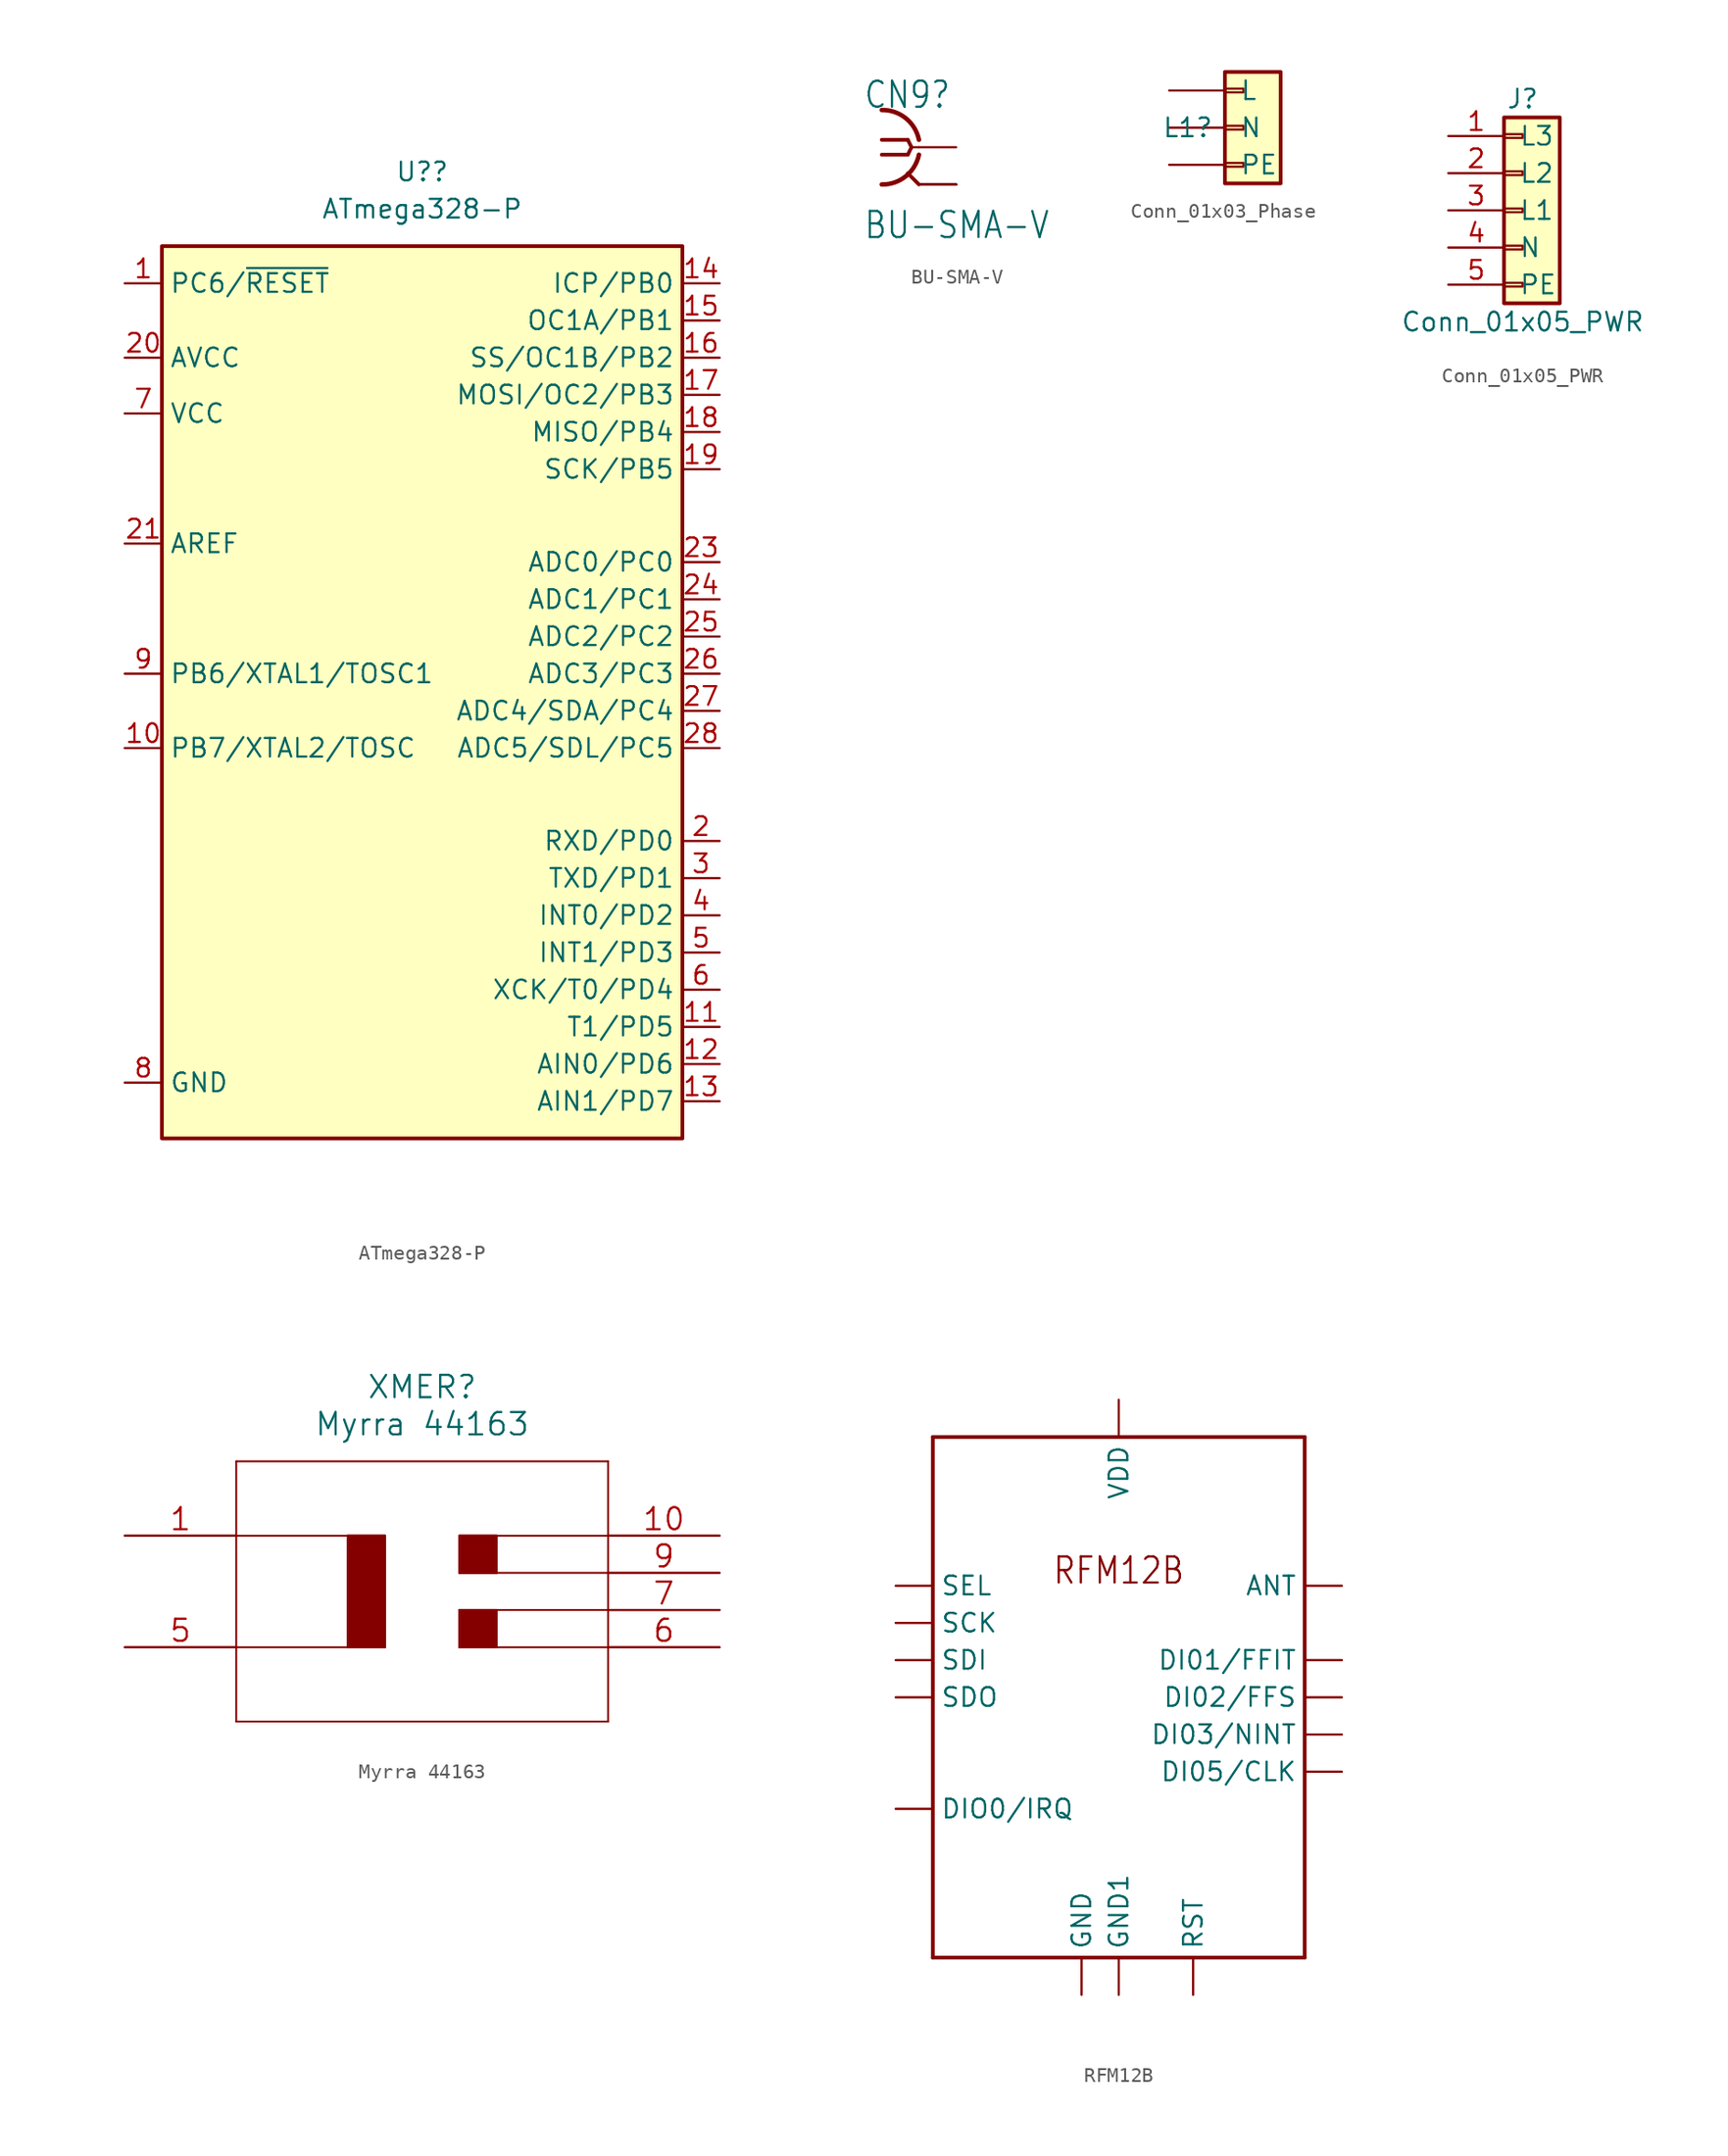
<source format=kicad_sym>
(kicad_symbol_lib
  (version 20231120)
  (generator "kicad_symbol_editor")
  (generator_version "8.0")
  (symbol "ATmega328-P"
    (property "Reference" "U?"
      (at 0 35.56 0)
      (effects (font (size 1.27 1.27))))
    (property "Value" "ATmega328-P"
      (at 0 33.02 0)
      (effects (font (size 1.27 1.27))))
    (symbol "ATmega328-P_0_1"
      (rectangle (start -17.78 30.48) (end 17.78 -30.48) (stroke (width 0.254) (type default)) (fill (type background))))
    (symbol "ATmega328-P_1_1"
      (pin bidirectional line (at -20.32 27.94 0) (length 2.54) (name "PC6/~{RESET}" (effects (font (size 1.27 1.27)))) (number "1" (effects (font (size 1.27 1.27)))))
      (pin bidirectional line (at -20.32 -3.81 0) (length 2.54) (name "PB7/XTAL2/TOSC" (effects (font (size 1.27 1.27)))) (number "10" (effects (font (size 1.27 1.27)))))
      (pin bidirectional line (at 20.32 -22.86 180) (length 2.54) (name "T1/PD5" (effects (font (size 1.27 1.27)))) (number "11" (effects (font (size 1.27 1.27)))))
      (pin bidirectional line (at 20.32 -25.4 180) (length 2.54) (name "AIN0/PD6" (effects (font (size 1.27 1.27)))) (number "12" (effects (font (size 1.27 1.27)))))
      (pin bidirectional line (at 20.32 -27.94 180) (length 2.54) (name "AIN1/PD7" (effects (font (size 1.27 1.27)))) (number "13" (effects (font (size 1.27 1.27)))))
      (pin bidirectional line (at 20.32 27.94 180) (length 2.54) (name "ICP/PB0" (effects (font (size 1.27 1.27)))) (number "14" (effects (font (size 1.27 1.27)))))
      (pin bidirectional line (at 20.32 25.4 180) (length 2.54) (name "OC1A/PB1" (effects (font (size 1.27 1.27)))) (number "15" (effects (font (size 1.27 1.27)))))
      (pin bidirectional line (at 20.32 22.86 180) (length 2.54) (name "SS/OC1B/PB2" (effects (font (size 1.27 1.27)))) (number "16" (effects (font (size 1.27 1.27)))))
      (pin bidirectional line (at 20.32 20.32 180) (length 2.54) (name "MOSI/OC2/PB3" (effects (font (size 1.27 1.27)))) (number "17" (effects (font (size 1.27 1.27)))))
      (pin bidirectional line (at 20.32 17.78 180) (length 2.54) (name "MISO/PB4" (effects (font (size 1.27 1.27)))) (number "18" (effects (font (size 1.27 1.27)))))
      (pin bidirectional line (at 20.32 15.24 180) (length 2.54) (name "SCK/PB5" (effects (font (size 1.27 1.27)))) (number "19" (effects (font (size 1.27 1.27)))))
      (pin bidirectional line (at 20.32 -10.16 180) (length 2.54) (name "RXD/PD0" (effects (font (size 1.27 1.27)))) (number "2" (effects (font (size 1.27 1.27)))))
      (pin power_in line (at -20.32 22.86 0) (length 2.54) (name "AVCC" (effects (font (size 1.27 1.27)))) (number "20" (effects (font (size 1.27 1.27)))))
      (pin passive line (at -20.32 10.16 0) (length 2.54) (name "AREF" (effects (font (size 1.27 1.27)))) (number "21" (effects (font (size 1.27 1.27)))))
      (pin passive line (at -20.32 -26.67 0) (length 2.54) hide (name "GND" (effects (font (size 1.27 1.27)))) (number "22" (effects (font (size 1.27 1.27)))))
      (pin bidirectional line (at 20.32 8.89 180) (length 2.54) (name "ADC0/PC0" (effects (font (size 1.27 1.27)))) (number "23" (effects (font (size 1.27 1.27)))))
      (pin bidirectional line (at 20.32 6.35 180) (length 2.54) (name "ADC1/PC1" (effects (font (size 1.27 1.27)))) (number "24" (effects (font (size 1.27 1.27)))))
      (pin bidirectional line (at 20.32 3.81 180) (length 2.54) (name "ADC2/PC2" (effects (font (size 1.27 1.27)))) (number "25" (effects (font (size 1.27 1.27)))))
      (pin bidirectional line (at 20.32 1.27 180) (length 2.54) (name "ADC3/PC3" (effects (font (size 1.27 1.27)))) (number "26" (effects (font (size 1.27 1.27)))))
      (pin bidirectional line (at 20.32 -1.27 180) (length 2.54) (name "ADC4/SDA/PC4" (effects (font (size 1.27 1.27)))) (number "27" (effects (font (size 1.27 1.27)))))
      (pin bidirectional line (at 20.32 -3.81 180) (length 2.54) (name "ADC5/SDL/PC5" (effects (font (size 1.27 1.27)))) (number "28" (effects (font (size 1.27 1.27)))))
      (pin bidirectional line (at 20.32 -12.7 180) (length 2.54) (name "TXD/PD1" (effects (font (size 1.27 1.27)))) (number "3" (effects (font (size 1.27 1.27)))))
      (pin bidirectional line (at 20.32 -15.24 180) (length 2.54) (name "INT0/PD2" (effects (font (size 1.27 1.27)))) (number "4" (effects (font (size 1.27 1.27)))))
      (pin bidirectional line (at 20.32 -17.78 180) (length 2.54) (name "INT1/PD3" (effects (font (size 1.27 1.27)))) (number "5" (effects (font (size 1.27 1.27)))))
      (pin bidirectional line (at 20.32 -20.32 180) (length 2.54) (name "XCK/T0/PD4" (effects (font (size 1.27 1.27)))) (number "6" (effects (font (size 1.27 1.27)))))
      (pin power_in line (at -20.32 19.05 0) (length 2.54) (name "VCC" (effects (font (size 1.27 1.27)))) (number "7" (effects (font (size 1.27 1.27)))))
      (pin power_in line (at -20.32 -26.67 0) (length 2.54) (name "GND" (effects (font (size 1.27 1.27)))) (number "8" (effects (font (size 1.27 1.27)))))
      (pin bidirectional line (at -20.32 1.27 0) (length 2.54) (name "PB6/XTAL1/TOSC1" (effects (font (size 1.27 1.27)))) (number "9" (effects (font (size 1.27 1.27)))))))
  (symbol "BU-SMA-V"
    (property "Reference" "CN9"
      (at -3.81 2.54 0)
      (effects (font (size 1.778 1.511)) (justify left bottom)))
    (property "Value" "BU-SMA-V"
      (at -3.81 -6.35 0)
      (effects (font (size 1.778 1.511)) (justify left bottom)))
    (property "ki_locked" ""
      (at 0 0 0)
      (effects (font (size 1.27 1.27))))
    (symbol "BU-SMA-V_1_0"
      (arc (start -2.54 -2.54) (mid -0.9022 -1.9838) (end 0 -0.508) (stroke (width 0.3048) (type default)) (fill (type none)))
      (polyline (pts (xy -2.54 0.508) (xy -0.762 0.508)) (stroke (width 0.254) (type default)) (fill (type none)))
      (polyline (pts (xy -0.762 -0.508) (xy -2.54 -0.508)) (stroke (width 0.254) (type default)) (fill (type none)))
      (polyline (pts (xy -0.762 0.508) (xy -0.508 0)) (stroke (width 0.254) (type default)) (fill (type none)))
      (polyline (pts (xy -0.508 0) (xy -0.762 -0.508)) (stroke (width 0.254) (type default)) (fill (type none)))
      (polyline (pts (xy 0 -2.54) (xy -0.762 -1.778)) (stroke (width 0.254) (type default)) (fill (type none)))
      (polyline (pts (xy 0 0) (xy -0.508 0)) (stroke (width 0.152) (type default)) (fill (type none)))
      (arc (start 0 0.508) (mid -0.9022 1.9838) (end -2.54 2.54) (stroke (width 0.3048) (type default)) (fill (type none)))
      (pin passive line (at 2.54 0 180) (length 2.54) (name "1" (effects (font (size 0 0)))) (number "1" (effects (font (size 0 0)))))
      (pin passive line (at 2.54 -2.54 180) (length 2.54) (name "2" (effects (font (size 0 0)))) (number "2" (effects (font (size 0 0)))))
      (pin passive line (at 2.54 -2.54 180) (length 2.54) (name "2" (effects (font (size 0 0)))) (number "3" (effects (font (size 0 0)))))
      (pin passive line (at 2.54 -2.54 180) (length 2.54) (name "2" (effects (font (size 0 0)))) (number "4" (effects (font (size 0 0)))))
      (pin passive line (at 2.54 -2.54 180) (length 2.54) (name "2" (effects (font (size 0 0)))) (number "5" (effects (font (size 0 0)))))))
  (symbol "Conn_01x03_Phase"
    (pin_numbers hide)
    (pin_names
      (offset 1.016))
    (property "Reference" "L1"
      (at -3.81 0 0)
      (effects (font (size 1.27 1.27))))
    (symbol "Conn_01x03_Phase_1_1"
      (rectangle (start -1.27 -2.413) (end 0 -2.667) (stroke (width 0.152) (type default)) (fill (type none)))
      (rectangle (start -1.27 0.127) (end 0 -0.127) (stroke (width 0.152) (type default)) (fill (type none)))
      (rectangle (start -1.27 2.667) (end 0 2.413) (stroke (width 0.152) (type default)) (fill (type none)))
      (rectangle (start -1.27 3.81) (end 2.54 -3.81) (stroke (width 0.254) (type default)) (fill (type background)))
      (pin passive line (at -5.08 -2.54 0) (length 3.81) (name "PE" (effects (font (size 1.27 1.27)))) (number "1" (effects (font (size 1.27 1.27)))))
      (pin power_out line (at -5.08 0 0) (length 3.81) (name "N" (effects (font (size 1.27 1.27)))) (number "2" (effects (font (size 1.27 1.27)))))
      (pin power_out line (at -5.08 2.54 0) (length 3.81) (name "L" (effects (font (size 1.27 1.27)))) (number "3" (effects (font (size 1.27 1.27)))))))
  (symbol "Conn_01x05_PWR"
    (pin_names
      (offset 1.016))
    (property "Reference" "J"
      (at 0 7.62 0)
      (effects (font (size 1.27 1.27))))
    (property "Value" "Conn_01x05_PWR"
      (at 0 -7.62 0)
      (effects (font (size 1.27 1.27))))
    (symbol "Conn_01x05_PWR_1_1"
      (rectangle (start -1.27 -4.953) (end 0 -5.207) (stroke (width 0.152) (type default)) (fill (type none)))
      (rectangle (start -1.27 -2.413) (end 0 -2.667) (stroke (width 0.152) (type default)) (fill (type none)))
      (rectangle (start -1.27 0.127) (end 0 -0.127) (stroke (width 0.152) (type default)) (fill (type none)))
      (rectangle (start -1.27 2.667) (end 0 2.413) (stroke (width 0.152) (type default)) (fill (type none)))
      (rectangle (start -1.27 5.207) (end 0 4.953) (stroke (width 0.152) (type default)) (fill (type none)))
      (rectangle (start -1.27 6.35) (end 2.54 -6.35) (stroke (width 0.254) (type default)) (fill (type background)))
      (pin power_out line (at -5.08 5.08 0) (length 3.81) (name "L3" (effects (font (size 1.27 1.27)))) (number "1" (effects (font (size 1.27 1.27)))))
      (pin power_out line (at -5.08 2.54 0) (length 3.81) (name "L2" (effects (font (size 1.27 1.27)))) (number "2" (effects (font (size 1.27 1.27)))))
      (pin power_out line (at -5.08 0 0) (length 3.81) (name "L1" (effects (font (size 1.27 1.27)))) (number "3" (effects (font (size 1.27 1.27)))))
      (pin power_out line (at -5.08 -2.54 0) (length 3.81) (name "N" (effects (font (size 1.27 1.27)))) (number "4" (effects (font (size 1.27 1.27)))))
      (pin passive line (at -5.08 -5.08 0) (length 3.81) (name "PE" (effects (font (size 1.27 1.27)))) (number "5" (effects (font (size 1.27 1.27)))))))
  (symbol "Myrra 44163"
    (pin_names
      (offset 0.254) hide)
    (property "Reference" "XMER"
      (at 20.32 10.16 0)
      (effects (font (size 1.524 1.524))))
    (property "Value" "Myrra 44163"
      (at 20.32 7.62 0)
      (effects (font (size 1.524 1.524))))
    (property "Datasheet" ""
      (at 0 0 0)
      (effects (font (size 1.524 1.524))))
    (symbol "Myrra 44163_1_1"
      (polyline (pts (xy 7.62 -12.7) (xy 33.02 -12.7)) (stroke (width 0.127) (type default)) (fill (type none)))
      (polyline (pts (xy 7.62 0) (xy 17.78 0)) (stroke (width 0.127) (type default)) (fill (type none)))
      (polyline (pts (xy 7.62 5.08) (xy 7.62 -12.7)) (stroke (width 0.127) (type default)) (fill (type none)))
      (polyline (pts (xy 15.24 -7.62) (xy 15.24 0)) (stroke (width 0.127) (type default)) (fill (type none)))
      (polyline (pts (xy 17.78 -7.62) (xy 7.62 -7.62)) (stroke (width 0.127) (type default)) (fill (type none)))
      (polyline (pts (xy 17.78 0) (xy 17.78 -7.62)) (stroke (width 0.127) (type default)) (fill (type none)))
      (polyline (pts (xy 22.86 -7.62) (xy 33.02 -7.62)) (stroke (width 0.127) (type default)) (fill (type none)))
      (polyline (pts (xy 22.86 -5.08) (xy 22.86 -7.62)) (stroke (width 0.127) (type default)) (fill (type none)))
      (polyline (pts (xy 22.86 -2.54) (xy 33.02 -2.54)) (stroke (width 0.127) (type default)) (fill (type none)))
      (polyline (pts (xy 22.86 0) (xy 22.86 -2.54)) (stroke (width 0.127) (type default)) (fill (type none)))
      (polyline (pts (xy 25.4 -5.08) (xy 25.4 -7.62)) (stroke (width 0.127) (type default)) (fill (type none)))
      (polyline (pts (xy 25.4 0) (xy 25.4 -2.54)) (stroke (width 0.127) (type default)) (fill (type none)))
      (polyline (pts (xy 33.02 -12.7) (xy 33.02 5.08)) (stroke (width 0.127) (type default)) (fill (type none)))
      (polyline (pts (xy 33.02 -5.08) (xy 22.86 -5.08)) (stroke (width 0.127) (type default)) (fill (type none)))
      (polyline (pts (xy 33.02 0) (xy 22.86 0)) (stroke (width 0.127) (type default)) (fill (type none)))
      (polyline (pts (xy 33.02 5.08) (xy 7.62 5.08)) (stroke (width 0.127) (type default)) (fill (type none)))
      (polyline (pts (xy 15.24 0) (xy 15.24 -7.62) (xy 17.78 -7.62) (xy 17.78 0) (xy 15.24 0)) (stroke (width 0) (type default)) (fill (type outline)))
      (polyline (pts (xy 22.86 -5.08) (xy 22.86 -7.62) (xy 25.4 -7.62) (xy 25.4 -5.08) (xy 22.86 -5.08)) (stroke (width 0) (type default)) (fill (type outline)))
      (polyline (pts (xy 22.86 0) (xy 22.86 -2.54) (xy 25.4 -2.54) (xy 25.4 0) (xy 22.86 0)) (stroke (width 0) (type default)) (fill (type outline)))
      (pin power_in line (at 0 0 0) (length 7.62) (name "1" (effects (font (size 1.499 1.499)))) (number "1" (effects (font (size 1.499 1.499)))))
      (pin power_out line (at 40.64 0 180) (length 7.62) (name "10" (effects (font (size 1.499 1.499)))) (number "10" (effects (font (size 1.499 1.499)))))
      (pin power_in line (at 0 -7.62 0) (length 7.62) (name "5" (effects (font (size 1.499 1.499)))) (number "5" (effects (font (size 1.499 1.499)))))
      (pin power_out line (at 40.64 -7.62 180) (length 7.62) (name "6" (effects (font (size 1.499 1.499)))) (number "6" (effects (font (size 1.499 1.499)))))
      (pin power_out line (at 40.64 -5.08 180) (length 7.62) (name "7" (effects (font (size 1.499 1.499)))) (number "7" (effects (font (size 1.499 1.499)))))
      (pin power_out line (at 40.64 -2.54 180) (length 7.62) (name "9" (effects (font (size 1.499 1.499)))) (number "9" (effects (font (size 1.499 1.499)))))))
  (symbol "RFM12B"
    (property "Reference" "RF1"
      (at 0 8.89 0)
      (effects (font (size 1.27 1.27)) (hide yes)))
    (property "ki_locked" ""
      (at 0 0 0)
      (effects (font (size 1.27 1.27))))
    (symbol "RFM12B_1_0"
      (polyline (pts (xy -12.7 -15.24) (xy -12.7 20.32)) (stroke (width 0.254) (type default)) (fill (type none)))
      (polyline (pts (xy -12.7 20.32) (xy 12.7 20.32)) (stroke (width 0.254) (type default)) (fill (type none)))
      (polyline (pts (xy 12.7 -15.24) (xy -12.7 -15.24)) (stroke (width 0.254) (type default)) (fill (type none)))
      (polyline (pts (xy 12.7 20.32) (xy 12.7 -15.24)) (stroke (width 0.254) (type default)) (fill (type none)))
      (text "RFM12B" (at 0 10.16 0) (effects (font (size 1.778 1.511)) (justify bottom)))
      (pin passive line (at 15.24 10.16 180) (length 2.54) (name "ANT" (effects (font (size 1.27 1.27)))) (number "ANT" (effects (font (size 0 0)))))
      (pin passive line (at 15.24 -2.54 180) (length 2.54) (name "DI05/CLK" (effects (font (size 1.27 1.27)))) (number "CLK" (effects (font (size 0 0)))))
      (pin passive line (at 15.24 5.08 180) (length 2.54) (name "DI01/FFIT" (effects (font (size 1.27 1.27)))) (number "FFIT" (effects (font (size 0 0)))))
      (pin bidirectional line (at 15.24 2.54 180) (length 2.54) (name "DI02/FFS" (effects (font (size 1.27 1.27)))) (number "FFS" (effects (font (size 0 0)))))
      (pin power_in line (at -2.54 -17.78 90) (length 2.54) (name "GND" (effects (font (size 1.27 1.27)))) (number "GND" (effects (font (size 0 0)))))
      (pin power_in line (at 0 -17.78 90) (length 2.54) (name "GND1" (effects (font (size 1.27 1.27)))) (number "GND1" (effects (font (size 0 0)))))
      (pin open_collector line (at -15.24 -5.08 0) (length 2.54) (name "DIO0/IRQ" (effects (font (size 1.27 1.27)))) (number "IRQ" (effects (font (size 0 0)))))
      (pin passive line (at 15.24 0 180) (length 2.54) (name "DI03/NINT" (effects (font (size 1.27 1.27)))) (number "NINT" (effects (font (size 0 0)))))
      (pin open_collector line (at 5.08 -17.78 90) (length 2.54) (name "RST" (effects (font (size 1.27 1.27)))) (number "RST" (effects (font (size 0 0)))))
      (pin input line (at -15.24 7.62 0) (length 2.54) (name "SCK" (effects (font (size 1.27 1.27)))) (number "SCK" (effects (font (size 0 0)))))
      (pin input line (at -15.24 5.08 0) (length 2.54) (name "SDI" (effects (font (size 1.27 1.27)))) (number "SDI" (effects (font (size 0 0)))))
      (pin output line (at -15.24 2.54 0) (length 2.54) (name "SDO" (effects (font (size 1.27 1.27)))) (number "SDO" (effects (font (size 0 0)))))
      (pin input line (at -15.24 10.16 0) (length 2.54) (name "SEL" (effects (font (size 1.27 1.27)))) (number "SEL" (effects (font (size 0 0)))))
      (pin power_in line (at 0 22.86 270) (length 2.54) (name "VDD" (effects (font (size 1.27 1.27)))) (number "VDD" (effects (font (size 0 0))))))))
</source>
